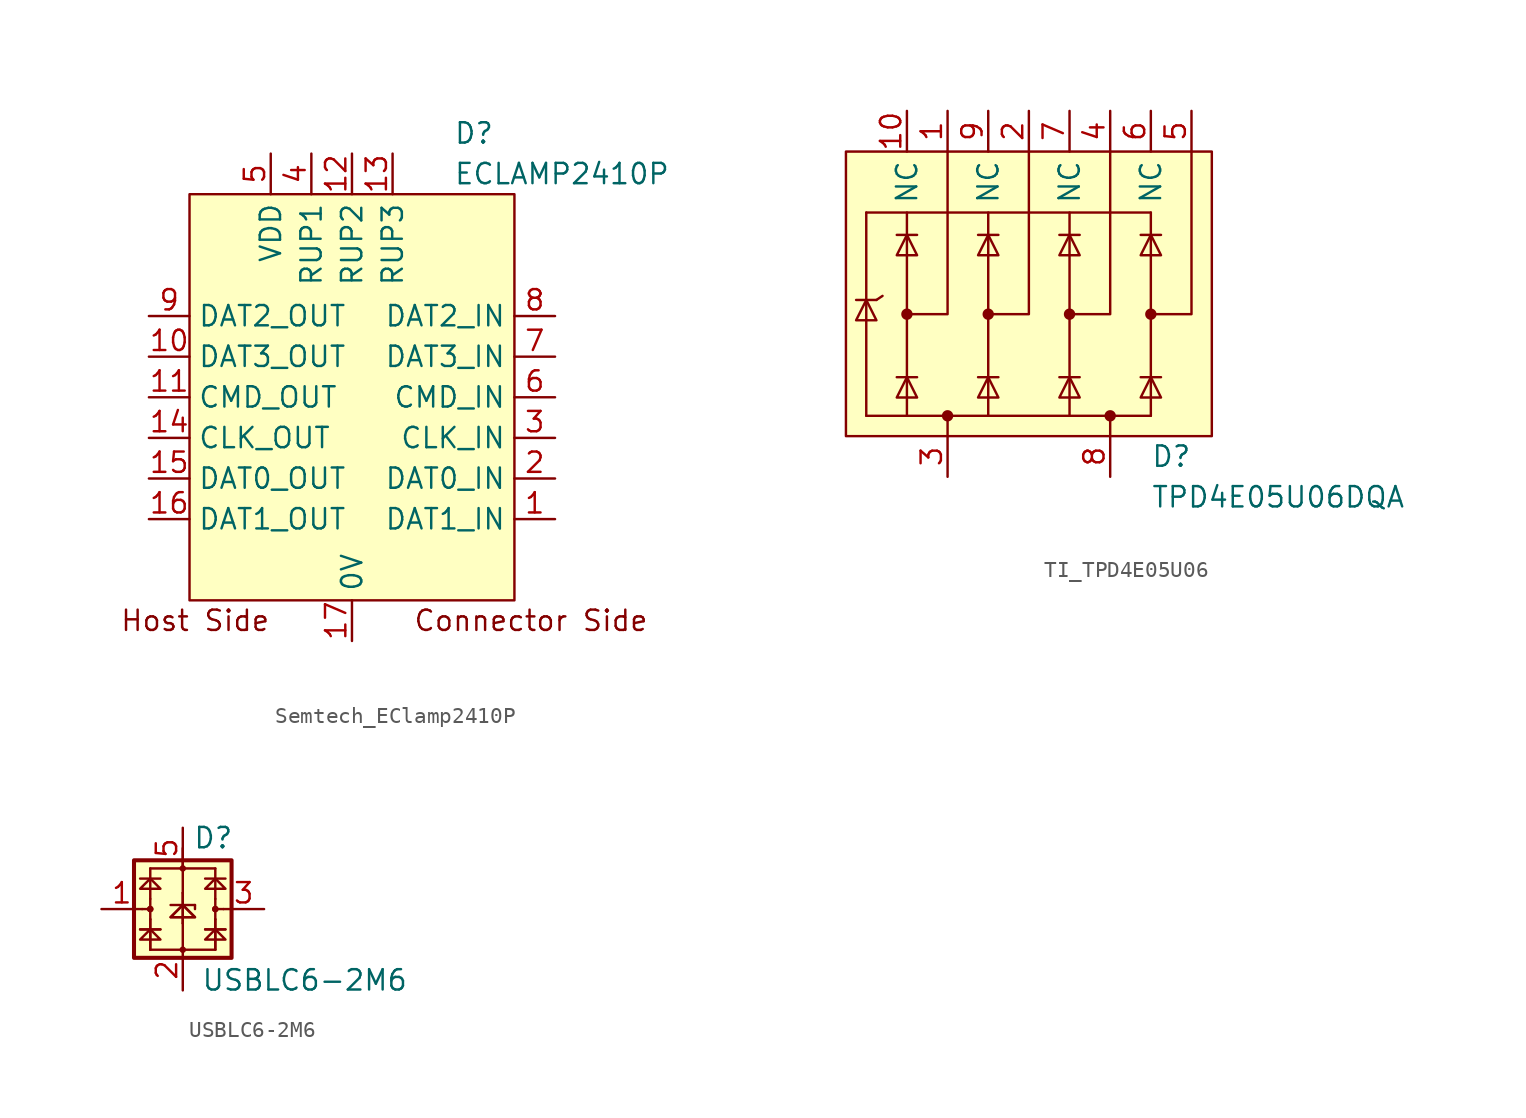
<source format=kicad_sym>
(kicad_symbol_lib
  (version 20220914)
  (generator kicad_symbol_editor)
  (symbol "Semtech_EClamp2410P"
    (property "Reference" "D"
      (at 6.35 16.51 0)
      (do_not_autoplace)
      (effects (font (size 1.27 1.27)) (justify left)))
    (property "Value" "ECLAMP2410P"
      (at 6.35 13.97 0)
      (do_not_autoplace)
      (effects (font (size 1.27 1.27)) (justify left)))
    (symbol "Semtech_EClamp2410P_1_1"
      (rectangle (start -10.16 12.7) (end 10.16 -12.7) (stroke (width 0) (type default)) (fill (type background)))
      (text "Connector Side" (at 3.81 -13.97 0) (effects (font (size 1.27 1.27)) (justify left)))
      (text "Host Side" (at -5.08 -13.97 0) (effects (font (size 1.27 1.27)) (justify right)))
      (pin passive line (at 12.7 -7.62 180) (length 2.54) (name "DAT1_IN" (effects (font (size 1.27 1.27)))) (number "1" (effects (font (size 1.27 1.27)))))
      (pin passive line (at -12.7 2.54 0) (length 2.54) (name "DAT3_OUT" (effects (font (size 1.27 1.27)))) (number "10" (effects (font (size 1.27 1.27)))))
      (pin passive line (at -12.7 0 0) (length 2.54) (name "CMD_OUT" (effects (font (size 1.27 1.27)))) (number "11" (effects (font (size 1.27 1.27)))))
      (pin passive line (at 0 15.24 270) (length 2.54) (name "RUP2" (effects (font (size 1.27 1.27)))) (number "12" (effects (font (size 1.27 1.27)))))
      (pin passive line (at 2.54 15.24 270) (length 2.54) (name "RUP3" (effects (font (size 1.27 1.27)))) (number "13" (effects (font (size 1.27 1.27)))))
      (pin passive line (at -12.7 -2.54 0) (length 2.54) (name "CLK_OUT" (effects (font (size 1.27 1.27)))) (number "14" (effects (font (size 1.27 1.27)))))
      (pin passive line (at -12.7 -5.08 0) (length 2.54) (name "DAT0_OUT" (effects (font (size 1.27 1.27)))) (number "15" (effects (font (size 1.27 1.27)))))
      (pin passive line (at -12.7 -7.62 0) (length 2.54) (name "DAT1_OUT" (effects (font (size 1.27 1.27)))) (number "16" (effects (font (size 1.27 1.27)))))
      (pin power_in line (at 0 -15.24 90) (length 2.54) (name "0V" (effects (font (size 1.27 1.27)))) (number "17" (effects (font (size 1.27 1.27)))))
      (pin passive line (at 12.7 -5.08 180) (length 2.54) (name "DAT0_IN" (effects (font (size 1.27 1.27)))) (number "2" (effects (font (size 1.27 1.27)))))
      (pin passive line (at 12.7 -2.54 180) (length 2.54) (name "CLK_IN" (effects (font (size 1.27 1.27)))) (number "3" (effects (font (size 1.27 1.27)))))
      (pin passive line (at -2.54 15.24 270) (length 2.54) (name "RUP1" (effects (font (size 1.27 1.27)))) (number "4" (effects (font (size 1.27 1.27)))))
      (pin power_in line (at -5.08 15.24 270) (length 2.54) (name "VDD" (effects (font (size 1.27 1.27)))) (number "5" (effects (font (size 1.27 1.27)))))
      (pin passive line (at 12.7 0 180) (length 2.54) (name "CMD_IN" (effects (font (size 1.27 1.27)))) (number "6" (effects (font (size 1.27 1.27)))))
      (pin passive line (at 12.7 2.54 180) (length 2.54) (name "DAT3_IN" (effects (font (size 1.27 1.27)))) (number "7" (effects (font (size 1.27 1.27)))))
      (pin passive line (at 12.7 5.08 180) (length 2.54) (name "DAT2_IN" (effects (font (size 1.27 1.27)))) (number "8" (effects (font (size 1.27 1.27)))))
      (pin passive line (at -12.7 5.08 0) (length 2.54) (name "DAT2_OUT" (effects (font (size 1.27 1.27)))) (number "9" (effects (font (size 1.27 1.27)))))))
  (symbol "TI_TPD4E05U06"
    (property "Reference" "D"
      (at 7.62 -8.89 0)
      (do_not_autoplace)
      (effects (font (size 1.27 1.27)) (justify left)))
    (property "Value" "TPD4E05U06DQA"
      (at 7.62 -11.43 0)
      (do_not_autoplace)
      (effects (font (size 1.27 1.27)) (justify left)))
    (symbol "TI_TPD4E05U06_0_0"
      (polyline (pts (xy -10.16 6.35) (xy -10.16 -6.35)) (stroke (width 0) (type default)) (fill (type none)))
      (polyline (pts (xy -7.62 -6.35) (xy -7.62 6.35)) (stroke (width 0) (type default)) (fill (type none)))
      (polyline (pts (xy -2.54 -6.35) (xy -2.54 6.35)) (stroke (width 0) (type default)) (fill (type none)))
      (polyline (pts (xy 2.54 -6.35) (xy 2.54 6.35)) (stroke (width 0) (type default)) (fill (type none)))
      (polyline (pts (xy 7.62 -6.35) (xy 7.62 6.35)) (stroke (width 0) (type default)) (fill (type none))))
    (symbol "TI_TPD4E05U06_0_1"
      (circle (center -7.62 0) (radius 0.279) (stroke (width 0) (type default)) (fill (type outline)))
      (circle (center -5.08 -6.35) (radius 0.279) (stroke (width 0) (type default)) (fill (type outline)))
      (circle (center -2.54 0) (radius 0.279) (stroke (width 0) (type default)) (fill (type outline)))
      (polyline (pts (xy -10.16 6.35) (xy 7.62 6.35)) (stroke (width 0) (type default)) (fill (type none)))
      (polyline (pts (xy -9.525 0.889) (xy -10.795 0.889)) (stroke (width 0) (type default)) (fill (type none)))
      (polyline (pts (xy -9.525 0.889) (xy -9.144 1.143)) (stroke (width 0) (type default)) (fill (type none)))
      (polyline (pts (xy -6.985 -3.937) (xy -8.255 -3.937)) (stroke (width 0) (type default)) (fill (type none)))
      (polyline (pts (xy -6.985 4.953) (xy -8.255 4.953)) (stroke (width 0) (type default)) (fill (type none)))
      (polyline (pts (xy -1.905 -3.937) (xy -3.175 -3.937)) (stroke (width 0) (type default)) (fill (type none)))
      (polyline (pts (xy -1.905 4.953) (xy -3.175 4.953)) (stroke (width 0) (type default)) (fill (type none)))
      (polyline (pts (xy 3.175 -3.937) (xy 1.905 -3.937)) (stroke (width 0) (type default)) (fill (type none)))
      (polyline (pts (xy 3.175 4.953) (xy 1.905 4.953)) (stroke (width 0) (type default)) (fill (type none)))
      (polyline (pts (xy 7.62 -6.35) (xy -10.16 -6.35)) (stroke (width 0) (type default)) (fill (type none)))
      (polyline (pts (xy 8.255 -3.937) (xy 6.985 -3.937)) (stroke (width 0) (type default)) (fill (type none)))
      (polyline (pts (xy 8.255 4.953) (xy 6.985 4.953)) (stroke (width 0) (type default)) (fill (type none)))
      (polyline (pts (xy -7.62 0) (xy -5.08 0) (xy -5.08 10.16)) (stroke (width 0) (type default)) (fill (type none)))
      (polyline (pts (xy -2.54 0) (xy 0 0) (xy 0 10.16)) (stroke (width 0) (type default)) (fill (type none)))
      (polyline (pts (xy 2.54 0) (xy 5.08 0) (xy 5.08 10.16)) (stroke (width 0) (type default)) (fill (type none)))
      (polyline (pts (xy 7.62 0) (xy 10.16 0) (xy 10.16 10.16)) (stroke (width 0) (type default)) (fill (type none)))
      (polyline (pts (xy -9.525 -0.381) (xy -10.795 -0.381) (xy -10.16 0.889) (xy -9.525 -0.381)) (stroke (width 0) (type default)) (fill (type none)))
      (polyline (pts (xy -6.985 -5.207) (xy -8.255 -5.207) (xy -7.62 -3.937) (xy -6.985 -5.207)) (stroke (width 0) (type default)) (fill (type none)))
      (polyline (pts (xy -6.985 3.683) (xy -8.255 3.683) (xy -7.62 4.953) (xy -6.985 3.683)) (stroke (width 0) (type default)) (fill (type none)))
      (polyline (pts (xy -1.905 -5.207) (xy -3.175 -5.207) (xy -2.54 -3.937) (xy -1.905 -5.207)) (stroke (width 0) (type default)) (fill (type none)))
      (polyline (pts (xy -1.905 3.683) (xy -3.175 3.683) (xy -2.54 4.953) (xy -1.905 3.683)) (stroke (width 0) (type default)) (fill (type none)))
      (polyline (pts (xy 3.175 -5.207) (xy 1.905 -5.207) (xy 2.54 -3.937) (xy 3.175 -5.207)) (stroke (width 0) (type default)) (fill (type none)))
      (polyline (pts (xy 3.175 3.683) (xy 1.905 3.683) (xy 2.54 4.953) (xy 3.175 3.683)) (stroke (width 0) (type default)) (fill (type none)))
      (polyline (pts (xy 8.255 -5.207) (xy 6.985 -5.207) (xy 7.62 -3.937) (xy 8.255 -5.207)) (stroke (width 0) (type default)) (fill (type none)))
      (polyline (pts (xy 8.255 3.683) (xy 6.985 3.683) (xy 7.62 4.953) (xy 8.255 3.683)) (stroke (width 0) (type default)) (fill (type none)))
      (circle (center 2.54 0) (radius 0.279) (stroke (width 0) (type default)) (fill (type outline)))
      (circle (center 5.08 -6.35) (radius 0.279) (stroke (width 0) (type default)) (fill (type outline)))
      (circle (center 7.62 0) (radius 0.279) (stroke (width 0) (type default)) (fill (type outline))))
    (symbol "TI_TPD4E05U06_1_1"
      (rectangle (start -11.43 10.16) (end 11.43 -7.62) (stroke (width 0) (type default)) (fill (type background)))
      (polyline (pts (xy -5.08 -7.62) (xy -5.08 -6.35)) (stroke (width 0) (type default)) (fill (type none)))
      (polyline (pts (xy 5.08 -7.62) (xy 5.08 -6.35)) (stroke (width 0) (type default)) (fill (type none)))
      (pin passive line (at -5.08 12.7 270) (length 2.54) (name "~" (effects (font (size 1.27 1.27)))) (number "1" (effects (font (size 1.27 1.27)))))
      (pin passive line (at -7.62 12.7 270) (length 2.54) (name "NC" (effects (font (size 1.27 1.27)))) (number "10" (effects (font (size 1.27 1.27)))))
      (pin passive line (at 0 12.7 270) (length 2.54) (name "" (effects (font (size 1.27 1.27)))) (number "2" (effects (font (size 1.27 1.27)))))
      (pin power_in line (at -5.08 -10.16 90) (length 2.54) (name "~" (effects (font (size 1.27 1.27)))) (number "3" (effects (font (size 1.27 1.27)))))
      (pin passive line (at 5.08 12.7 270) (length 2.54) (name "" (effects (font (size 1.27 1.27)))) (number "4" (effects (font (size 1.27 1.27)))))
      (pin passive line (at 10.16 12.7 270) (length 2.54) (name "" (effects (font (size 1.27 1.27)))) (number "5" (effects (font (size 1.27 1.27)))))
      (pin passive line (at 7.62 12.7 270) (length 2.54) (name "NC" (effects (font (size 1.27 1.27)))) (number "6" (effects (font (size 1.27 1.27)))))
      (pin passive line (at 2.54 12.7 270) (length 2.54) (name "NC" (effects (font (size 1.27 1.27)))) (number "7" (effects (font (size 1.27 1.27)))))
      (pin power_in line (at 5.08 -10.16 90) (length 2.54) (name "~" (effects (font (size 1.27 1.27)))) (number "8" (effects (font (size 1.27 1.27)))))
      (pin passive line (at -2.54 12.7 270) (length 2.54) (name "NC" (effects (font (size 1.27 1.27)))) (number "9" (effects (font (size 1.27 1.27)))))))
  (symbol "USBLC6-2M6"
    (property "Reference" "D"
      (at 1.905 4.445 0)
      (effects (font (size 1.27 1.27))))
    (property "Value" "USBLC6-2M6"
      (at 7.62 -4.445 0)
      (effects (font (size 1.27 1.27))))
    (symbol "USBLC6-2M6_0_1"
      (rectangle (start -3.048 3.048) (end 3.048 -3.048) (stroke (width 0.254) (type default)) (fill (type background)))
      (circle (center -2.032 0) (radius 0.127) (stroke (width 0) (type default)) (fill (type none)))
      (circle (center -2.032 0) (radius 0.127) (stroke (width 0) (type default)) (fill (type none)))
      (circle (center 0 -2.54) (radius 0.127) (stroke (width 0) (type default)) (fill (type none)))
      (polyline (pts (xy -2.667 -1.27) (xy -1.397 -1.27)) (stroke (width 0) (type default)) (fill (type none)))
      (polyline (pts (xy -2.667 -1.27) (xy -1.397 -1.27)) (stroke (width 0) (type default)) (fill (type none)))
      (polyline (pts (xy -2.667 1.905) (xy -1.397 1.905)) (stroke (width 0) (type default)) (fill (type none)))
      (polyline (pts (xy -2.54 0) (xy -2.032 0)) (stroke (width 0) (type default)) (fill (type none)))
      (polyline (pts (xy -2.032 -2.54) (xy -2.032 -0.635)) (stroke (width 0) (type default)) (fill (type none)))
      (polyline (pts (xy -2.032 -2.54) (xy -2.032 -0.635)) (stroke (width 0) (type default)) (fill (type none)))
      (polyline (pts (xy -2.032 0.635) (xy -2.032 -0.635)) (stroke (width 0) (type default)) (fill (type none)))
      (polyline (pts (xy -2.032 0.635) (xy -2.032 2.54)) (stroke (width 0) (type default)) (fill (type none)))
      (polyline (pts (xy -2.032 2.54) (xy 2.032 2.54)) (stroke (width 0) (type default)) (fill (type none)))
      (polyline (pts (xy -0.762 0.254) (xy 0.762 0.254)) (stroke (width 0) (type default)) (fill (type none)))
      (polyline (pts (xy 0 -0.889) (xy 0 -2.54)) (stroke (width 0) (type default)) (fill (type none)))
      (polyline (pts (xy 0 -0.889) (xy 0 1.016)) (stroke (width 0) (type default)) (fill (type none)))
      (polyline (pts (xy 0 -0.889) (xy 0 1.016)) (stroke (width 0) (type default)) (fill (type none)))
      (polyline (pts (xy 0 1.016) (xy 0 3.81)) (stroke (width 0) (type default)) (fill (type none)))
      (polyline (pts (xy 0.762 0) (xy 0.762 0.254)) (stroke (width 0) (type default)) (fill (type none)))
      (polyline (pts (xy 1.397 -1.27) (xy 2.667 -1.27)) (stroke (width 0) (type default)) (fill (type none)))
      (polyline (pts (xy 1.397 -1.27) (xy 2.667 -1.27)) (stroke (width 0) (type default)) (fill (type none)))
      (polyline (pts (xy 1.397 1.905) (xy 2.667 1.905)) (stroke (width 0) (type default)) (fill (type none)))
      (polyline (pts (xy 2.032 -2.54) (xy -2.032 -2.54)) (stroke (width 0) (type default)) (fill (type none)))
      (polyline (pts (xy 2.032 -2.54) (xy 2.032 -0.635)) (stroke (width 0) (type default)) (fill (type none)))
      (polyline (pts (xy 2.032 -2.54) (xy 2.032 -0.635)) (stroke (width 0) (type default)) (fill (type none)))
      (polyline (pts (xy 2.032 0) (xy 2.54 0)) (stroke (width 0) (type default)) (fill (type none)))
      (polyline (pts (xy 2.032 0.635) (xy 2.032 -0.635)) (stroke (width 0) (type default)) (fill (type none)))
      (polyline (pts (xy 2.032 0.635) (xy 2.032 2.54)) (stroke (width 0) (type default)) (fill (type none)))
      (polyline (pts (xy -2.667 -1.905) (xy -1.397 -1.905) (xy -2.032 -1.27) (xy -2.667 -1.905)) (stroke (width 0) (type default)) (fill (type none)))
      (polyline (pts (xy -2.667 1.27) (xy -1.397 1.27) (xy -2.032 1.905) (xy -2.667 1.27)) (stroke (width 0) (type default)) (fill (type none)))
      (polyline (pts (xy -0.762 -0.508) (xy 0.762 -0.508) (xy 0 0.254) (xy -0.762 -0.508)) (stroke (width 0) (type default)) (fill (type none)))
      (polyline (pts (xy -0.762 -0.508) (xy 0.762 -0.508) (xy 0 0.254) (xy -0.762 -0.508)) (stroke (width 0) (type default)) (fill (type none)))
      (polyline (pts (xy 1.397 -1.905) (xy 2.667 -1.905) (xy 2.032 -1.27) (xy 1.397 -1.905)) (stroke (width 0) (type default)) (fill (type none)))
      (polyline (pts (xy 1.397 1.27) (xy 2.667 1.27) (xy 2.032 1.905) (xy 1.397 1.27)) (stroke (width 0) (type default)) (fill (type none)))
      (circle (center 0 2.54) (radius 0.127) (stroke (width 0) (type default)) (fill (type none)))
      (circle (center 2.032 0) (radius 0.127) (stroke (width 0) (type default)) (fill (type none)))
      (circle (center 2.032 0) (radius 0.127) (stroke (width 0) (type default)) (fill (type none))))
    (symbol "USBLC6-2M6_1_1"
      (pin passive line (at -5.08 0 0) (length 2.54) (name "~" (effects (font (size 1.27 1.27)))) (number "1" (effects (font (size 1.27 1.27)))))
      (pin passive line (at 0 -5.08 90) (length 2.54) (name "~" (effects (font (size 1.27 1.27)))) (number "2" (effects (font (size 1.27 1.27)))))
      (pin passive line (at 5.08 0 180) (length 2.54) (name "~" (effects (font (size 1.27 1.27)))) (number "3" (effects (font (size 1.27 1.27)))))
      (pin passive line (at 5.08 0 180) (length 2.54) hide (name "~" (effects (font (size 1.27 1.27)))) (number "4" (effects (font (size 1.27 1.27)))))
      (pin passive line (at 0 5.08 270) (length 2.54) (name "~" (effects (font (size 1.27 1.27)))) (number "5" (effects (font (size 1.27 1.27)))))
      (pin passive line (at -5.08 0 0) (length 2.54) hide (name "~" (effects (font (size 1.27 1.27)))) (number "6" (effects (font (size 1.27 1.27))))))))
</source>
